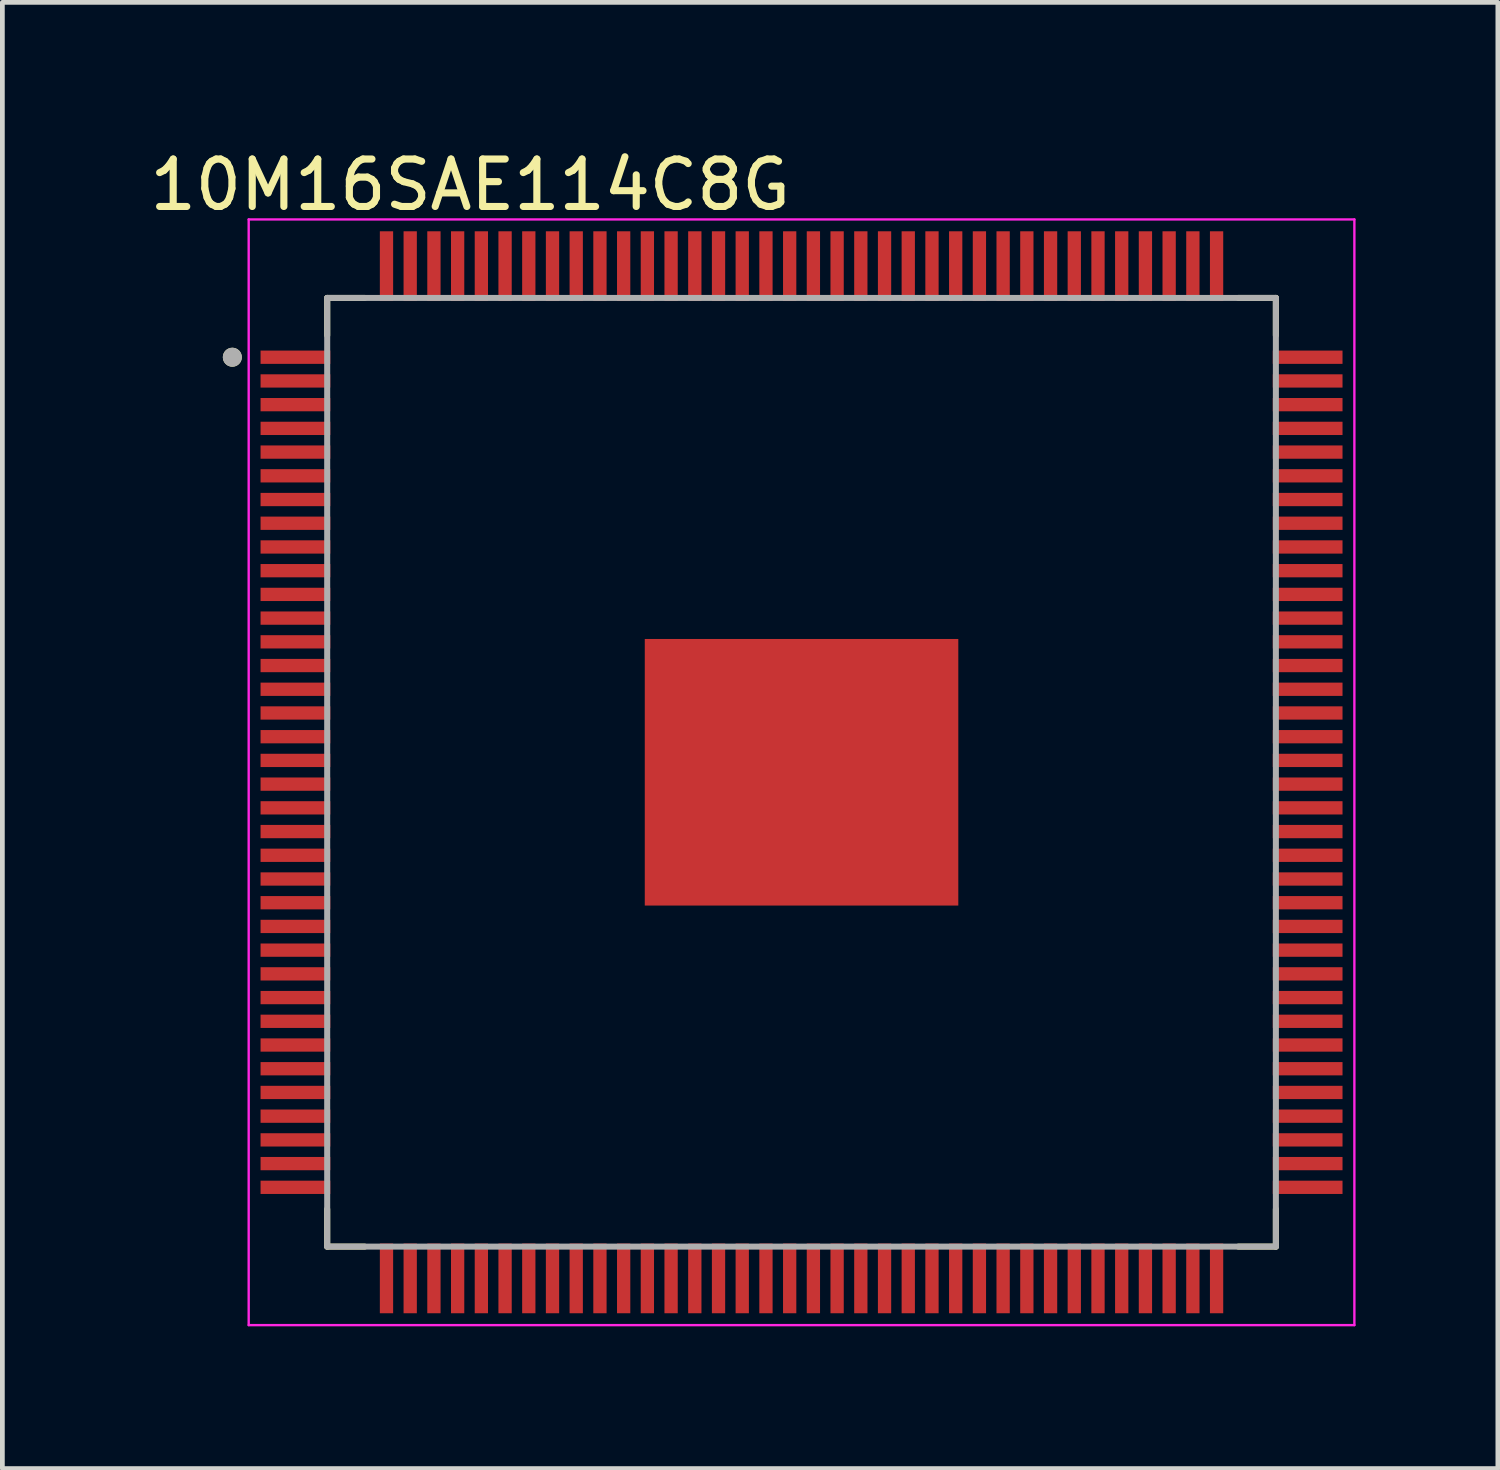
<source format=kicad_pcb>
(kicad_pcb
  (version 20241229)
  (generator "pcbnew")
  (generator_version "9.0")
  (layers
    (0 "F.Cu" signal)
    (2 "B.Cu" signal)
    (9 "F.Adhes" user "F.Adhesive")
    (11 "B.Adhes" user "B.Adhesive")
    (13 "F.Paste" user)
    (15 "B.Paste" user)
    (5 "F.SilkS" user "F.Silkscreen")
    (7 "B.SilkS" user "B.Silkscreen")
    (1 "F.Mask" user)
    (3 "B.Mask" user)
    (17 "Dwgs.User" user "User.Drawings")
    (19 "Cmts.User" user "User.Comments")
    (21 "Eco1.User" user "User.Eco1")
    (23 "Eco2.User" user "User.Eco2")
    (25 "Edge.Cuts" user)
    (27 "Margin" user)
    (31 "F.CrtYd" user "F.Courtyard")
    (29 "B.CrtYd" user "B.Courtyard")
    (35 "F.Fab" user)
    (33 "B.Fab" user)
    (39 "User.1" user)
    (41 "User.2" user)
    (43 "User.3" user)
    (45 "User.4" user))
  (footprint "10M16SAE114C8G"
    (layer "F.Cu")
    (at 13.848 13.231)
    (property "Reference" "10M16SAE114C8G" (at -6.985 -12.383 0) (layer "F.SilkS") (effects (font (size 1 1) (thickness 0.15))))
    (attr smd)
    (fp_line (start -10 -10) (end -10 -9.21) (stroke (width 0.127) (type solid)) (layer "F.SilkS"))
    (fp_line (start -10 -10) (end -9.21 -10) (stroke (width 0.127) (type solid)) (layer "F.SilkS"))
    (fp_line (start -10 10) (end -10 9.21) (stroke (width 0.127) (type solid)) (layer "F.SilkS"))
    (fp_line (start -10 10) (end -9.21 10) (stroke (width 0.127) (type solid)) (layer "F.SilkS"))
    (fp_line (start 10 -10) (end 9.21 -10) (stroke (width 0.127) (type solid)) (layer "F.SilkS"))
    (fp_line (start 10 -10) (end 10 -9.21) (stroke (width 0.127) (type solid)) (layer "F.SilkS"))
    (fp_line (start 10 10) (end 9.21 10) (stroke (width 0.127) (type solid)) (layer "F.SilkS"))
    (fp_line (start 10 10) (end 10 9.21) (stroke (width 0.127) (type solid)) (layer "F.SilkS"))
    (fp_circle (center -12 -8.75) (end -11.9 -8.75) (stroke (width 0.2) (type solid)) (fill no) (layer "F.SilkS"))
    (fp_poly (pts (xy -2.93 -2.255) (xy -1.47 -2.255) (xy -1.47 -0.555) (xy -2.93 -0.555)) (stroke (width 0.01) (type solid)) (fill yes) (layer "F.Paste"))
    (fp_poly (pts (xy -2.93 0.555) (xy -1.47 0.555) (xy -1.47 2.255) (xy -2.93 2.255)) (stroke (width 0.01) (type solid)) (fill yes) (layer "F.Paste"))
    (fp_poly (pts (xy -0.73 -2.255) (xy 0.73 -2.255) (xy 0.73 -0.555) (xy -0.73 -0.555)) (stroke (width 0.01) (type solid)) (fill yes) (layer "F.Paste"))
    (fp_poly (pts (xy -0.73 0.555) (xy 0.73 0.555) (xy 0.73 2.255) (xy -0.73 2.255)) (stroke (width 0.01) (type solid)) (fill yes) (layer "F.Paste"))
    (fp_poly (pts (xy 1.47 -2.255) (xy 2.93 -2.255) (xy 2.93 -0.555) (xy 1.47 -0.555)) (stroke (width 0.01) (type solid)) (fill yes) (layer "F.Paste"))
    (fp_poly (pts (xy 1.47 0.555) (xy 2.93 0.555) (xy 2.93 2.255) (xy 1.47 2.255)) (stroke (width 0.01) (type solid)) (fill yes) (layer "F.Paste"))
    (fp_line (start -11.655 -11.655) (end 11.655 -11.655) (stroke (width 0.05) (type solid)) (layer "F.CrtYd"))
    (fp_line (start -11.655 11.655) (end -11.655 -11.655) (stroke (width 0.05) (type solid)) (layer "F.CrtYd"))
    (fp_line (start -11.655 11.655) (end 11.655 11.655) (stroke (width 0.05) (type solid)) (layer "F.CrtYd"))
    (fp_line (start 11.655 11.655) (end 11.655 -11.655) (stroke (width 0.05) (type solid)) (layer "F.CrtYd"))
    (fp_line (start -10 10) (end -10 -10) (stroke (width 0.127) (type solid)) (layer "F.Fab"))
    (fp_line (start 10 -10) (end -10 -10) (stroke (width 0.127) (type solid)) (layer "F.Fab"))
    (fp_line (start 10 10) (end -10 10) (stroke (width 0.127) (type solid)) (layer "F.Fab"))
    (fp_line (start 10 10) (end 10 -10) (stroke (width 0.127) (type solid)) (layer "F.Fab"))
    (fp_circle (center -12 -8.75) (end -11.9 -8.75) (stroke (width 0.2) (type solid)) (fill no) (layer "F.Fab"))
    (pad "1" smd rect (at -10.67 -8.75) (size 1.47 0.28) (layers "F.Cu" "F.Mask" "F.Paste"))
    (pad "2" smd rect (at -10.67 -8.25) (size 1.47 0.28) (layers "F.Cu" "F.Mask" "F.Paste"))
    (pad "3" smd rect (at -10.67 -7.75) (size 1.47 0.28) (layers "F.Cu" "F.Mask" "F.Paste"))
    (pad "4" smd rect (at -10.67 -7.25) (size 1.47 0.28) (layers "F.Cu" "F.Mask" "F.Paste"))
    (pad "5" smd rect (at -10.67 -6.75) (size 1.47 0.28) (layers "F.Cu" "F.Mask" "F.Paste"))
    (pad "6" smd rect (at -10.67 -6.25) (size 1.47 0.28) (layers "F.Cu" "F.Mask" "F.Paste"))
    (pad "7" smd rect (at -10.67 -5.75) (size 1.47 0.28) (layers "F.Cu" "F.Mask" "F.Paste"))
    (pad "8" smd rect (at -10.67 -5.25) (size 1.47 0.28) (layers "F.Cu" "F.Mask" "F.Paste"))
    (pad "9" smd rect (at -10.67 -4.75) (size 1.47 0.28) (layers "F.Cu" "F.Mask" "F.Paste"))
    (pad "10" smd rect (at -10.67 -4.25) (size 1.47 0.28) (layers "F.Cu" "F.Mask" "F.Paste"))
    (pad "11" smd rect (at -10.67 -3.75) (size 1.47 0.28) (layers "F.Cu" "F.Mask" "F.Paste"))
    (pad "12" smd rect (at -10.67 -3.25) (size 1.47 0.28) (layers "F.Cu" "F.Mask" "F.Paste"))
    (pad "13" smd rect (at -10.67 -2.75) (size 1.47 0.28) (layers "F.Cu" "F.Mask" "F.Paste"))
    (pad "14" smd rect (at -10.67 -2.25) (size 1.47 0.28) (layers "F.Cu" "F.Mask" "F.Paste"))
    (pad "15" smd rect (at -10.67 -1.75) (size 1.47 0.28) (layers "F.Cu" "F.Mask" "F.Paste"))
    (pad "16" smd rect (at -10.67 -1.25) (size 1.47 0.28) (layers "F.Cu" "F.Mask" "F.Paste"))
    (pad "17" smd rect (at -10.67 -0.75) (size 1.47 0.28) (layers "F.Cu" "F.Mask" "F.Paste"))
    (pad "18" smd rect (at -10.67 -0.25) (size 1.47 0.28) (layers "F.Cu" "F.Mask" "F.Paste"))
    (pad "19" smd rect (at -10.67 0.25) (size 1.47 0.28) (layers "F.Cu" "F.Mask" "F.Paste"))
    (pad "20" smd rect (at -10.67 0.75) (size 1.47 0.28) (layers "F.Cu" "F.Mask" "F.Paste"))
    (pad "21" smd rect (at -10.67 1.25) (size 1.47 0.28) (layers "F.Cu" "F.Mask" "F.Paste"))
    (pad "22" smd rect (at -10.67 1.75) (size 1.47 0.28) (layers "F.Cu" "F.Mask" "F.Paste"))
    (pad "23" smd rect (at -10.67 2.25) (size 1.47 0.28) (layers "F.Cu" "F.Mask" "F.Paste"))
    (pad "24" smd rect (at -10.67 2.75) (size 1.47 0.28) (layers "F.Cu" "F.Mask" "F.Paste"))
    (pad "25" smd rect (at -10.67 3.25) (size 1.47 0.28) (layers "F.Cu" "F.Mask" "F.Paste"))
    (pad "26" smd rect (at -10.67 3.75) (size 1.47 0.28) (layers "F.Cu" "F.Mask" "F.Paste"))
    (pad "27" smd rect (at -10.67 4.25) (size 1.47 0.28) (layers "F.Cu" "F.Mask" "F.Paste"))
    (pad "28" smd rect (at -10.67 4.75) (size 1.47 0.28) (layers "F.Cu" "F.Mask" "F.Paste"))
    (pad "29" smd rect (at -10.67 5.25) (size 1.47 0.28) (layers "F.Cu" "F.Mask" "F.Paste"))
    (pad "30" smd rect (at -10.67 5.75) (size 1.47 0.28) (layers "F.Cu" "F.Mask" "F.Paste"))
    (pad "31" smd rect (at -10.67 6.25) (size 1.47 0.28) (layers "F.Cu" "F.Mask" "F.Paste"))
    (pad "32" smd rect (at -10.67 6.75) (size 1.47 0.28) (layers "F.Cu" "F.Mask" "F.Paste"))
    (pad "33" smd rect (at -10.67 7.25) (size 1.47 0.28) (layers "F.Cu" "F.Mask" "F.Paste"))
    (pad "34" smd rect (at -10.67 7.75) (size 1.47 0.28) (layers "F.Cu" "F.Mask" "F.Paste"))
    (pad "35" smd rect (at -10.67 8.25) (size 1.47 0.28) (layers "F.Cu" "F.Mask" "F.Paste"))
    (pad "36" smd rect (at -10.67 8.75) (size 1.47 0.28) (layers "F.Cu" "F.Mask" "F.Paste"))
    (pad "37" smd rect (at -8.75 10.67) (size 0.28 1.47) (layers "F.Cu" "F.Mask" "F.Paste"))
    (pad "38" smd rect (at -8.25 10.67) (size 0.28 1.47) (layers "F.Cu" "F.Mask" "F.Paste"))
    (pad "39" smd rect (at -7.75 10.67) (size 0.28 1.47) (layers "F.Cu" "F.Mask" "F.Paste"))
    (pad "40" smd rect (at -7.25 10.67) (size 0.28 1.47) (layers "F.Cu" "F.Mask" "F.Paste"))
    (pad "41" smd rect (at -6.75 10.67) (size 0.28 1.47) (layers "F.Cu" "F.Mask" "F.Paste"))
    (pad "42" smd rect (at -6.25 10.67) (size 0.28 1.47) (layers "F.Cu" "F.Mask" "F.Paste"))
    (pad "43" smd rect (at -5.75 10.67) (size 0.28 1.47) (layers "F.Cu" "F.Mask" "F.Paste"))
    (pad "44" smd rect (at -5.25 10.67) (size 0.28 1.47) (layers "F.Cu" "F.Mask" "F.Paste"))
    (pad "45" smd rect (at -4.75 10.67) (size 0.28 1.47) (layers "F.Cu" "F.Mask" "F.Paste"))
    (pad "46" smd rect (at -4.25 10.67) (size 0.28 1.47) (layers "F.Cu" "F.Mask" "F.Paste"))
    (pad "47" smd rect (at -3.75 10.67) (size 0.28 1.47) (layers "F.Cu" "F.Mask" "F.Paste"))
    (pad "48" smd rect (at -3.25 10.67) (size 0.28 1.47) (layers "F.Cu" "F.Mask" "F.Paste"))
    (pad "49" smd rect (at -2.75 10.67) (size 0.28 1.47) (layers "F.Cu" "F.Mask" "F.Paste"))
    (pad "50" smd rect (at -2.25 10.67) (size 0.28 1.47) (layers "F.Cu" "F.Mask" "F.Paste"))
    (pad "51" smd rect (at -1.75 10.67) (size 0.28 1.47) (layers "F.Cu" "F.Mask" "F.Paste"))
    (pad "52" smd rect (at -1.25 10.67) (size 0.28 1.47) (layers "F.Cu" "F.Mask" "F.Paste"))
    (pad "53" smd rect (at -0.75 10.67) (size 0.28 1.47) (layers "F.Cu" "F.Mask" "F.Paste"))
    (pad "54" smd rect (at -0.25 10.67) (size 0.28 1.47) (layers "F.Cu" "F.Mask" "F.Paste"))
    (pad "55" smd rect (at 0.25 10.67) (size 0.28 1.47) (layers "F.Cu" "F.Mask" "F.Paste"))
    (pad "56" smd rect (at 0.75 10.67) (size 0.28 1.47) (layers "F.Cu" "F.Mask" "F.Paste"))
    (pad "57" smd rect (at 1.25 10.67) (size 0.28 1.47) (layers "F.Cu" "F.Mask" "F.Paste"))
    (pad "58" smd rect (at 1.75 10.67) (size 0.28 1.47) (layers "F.Cu" "F.Mask" "F.Paste"))
    (pad "59" smd rect (at 2.25 10.67) (size 0.28 1.47) (layers "F.Cu" "F.Mask" "F.Paste"))
    (pad "60" smd rect (at 2.75 10.67) (size 0.28 1.47) (layers "F.Cu" "F.Mask" "F.Paste"))
    (pad "61" smd rect (at 3.25 10.67) (size 0.28 1.47) (layers "F.Cu" "F.Mask" "F.Paste"))
    (pad "62" smd rect (at 3.75 10.67) (size 0.28 1.47) (layers "F.Cu" "F.Mask" "F.Paste"))
    (pad "63" smd rect (at 4.25 10.67) (size 0.28 1.47) (layers "F.Cu" "F.Mask" "F.Paste"))
    (pad "64" smd rect (at 4.75 10.67) (size 0.28 1.47) (layers "F.Cu" "F.Mask" "F.Paste"))
    (pad "65" smd rect (at 5.25 10.67) (size 0.28 1.47) (layers "F.Cu" "F.Mask" "F.Paste"))
    (pad "66" smd rect (at 5.75 10.67) (size 0.28 1.47) (layers "F.Cu" "F.Mask" "F.Paste"))
    (pad "67" smd rect (at 6.25 10.67) (size 0.28 1.47) (layers "F.Cu" "F.Mask" "F.Paste"))
    (pad "68" smd rect (at 6.75 10.67) (size 0.28 1.47) (layers "F.Cu" "F.Mask" "F.Paste"))
    (pad "69" smd rect (at 7.25 10.67) (size 0.28 1.47) (layers "F.Cu" "F.Mask" "F.Paste"))
    (pad "70" smd rect (at 7.75 10.67) (size 0.28 1.47) (layers "F.Cu" "F.Mask" "F.Paste"))
    (pad "71" smd rect (at 8.25 10.67) (size 0.28 1.47) (layers "F.Cu" "F.Mask" "F.Paste"))
    (pad "72" smd rect (at 8.75 10.67) (size 0.28 1.47) (layers "F.Cu" "F.Mask" "F.Paste"))
    (pad "73" smd rect (at 10.67 8.75) (size 1.47 0.28) (layers "F.Cu" "F.Mask" "F.Paste"))
    (pad "74" smd rect (at 10.67 8.25) (size 1.47 0.28) (layers "F.Cu" "F.Mask" "F.Paste"))
    (pad "75" smd rect (at 10.67 7.75) (size 1.47 0.28) (layers "F.Cu" "F.Mask" "F.Paste"))
    (pad "76" smd rect (at 10.67 7.25) (size 1.47 0.28) (layers "F.Cu" "F.Mask" "F.Paste"))
    (pad "77" smd rect (at 10.67 6.75) (size 1.47 0.28) (layers "F.Cu" "F.Mask" "F.Paste"))
    (pad "78" smd rect (at 10.67 6.25) (size 1.47 0.28) (layers "F.Cu" "F.Mask" "F.Paste"))
    (pad "79" smd rect (at 10.67 5.75) (size 1.47 0.28) (layers "F.Cu" "F.Mask" "F.Paste"))
    (pad "80" smd rect (at 10.67 5.25) (size 1.47 0.28) (layers "F.Cu" "F.Mask" "F.Paste"))
    (pad "81" smd rect (at 10.67 4.75) (size 1.47 0.28) (layers "F.Cu" "F.Mask" "F.Paste"))
    (pad "82" smd rect (at 10.67 4.25) (size 1.47 0.28) (layers "F.Cu" "F.Mask" "F.Paste"))
    (pad "83" smd rect (at 10.67 3.75) (size 1.47 0.28) (layers "F.Cu" "F.Mask" "F.Paste"))
    (pad "84" smd rect (at 10.67 3.25) (size 1.47 0.28) (layers "F.Cu" "F.Mask" "F.Paste"))
    (pad "85" smd rect (at 10.67 2.75) (size 1.47 0.28) (layers "F.Cu" "F.Mask" "F.Paste"))
    (pad "86" smd rect (at 10.67 2.25) (size 1.47 0.28) (layers "F.Cu" "F.Mask" "F.Paste"))
    (pad "87" smd rect (at 10.67 1.75) (size 1.47 0.28) (layers "F.Cu" "F.Mask" "F.Paste"))
    (pad "88" smd rect (at 10.67 1.25) (size 1.47 0.28) (layers "F.Cu" "F.Mask" "F.Paste"))
    (pad "89" smd rect (at 10.67 0.75) (size 1.47 0.28) (layers "F.Cu" "F.Mask" "F.Paste"))
    (pad "90" smd rect (at 10.67 0.25) (size 1.47 0.28) (layers "F.Cu" "F.Mask" "F.Paste"))
    (pad "91" smd rect (at 10.67 -0.25) (size 1.47 0.28) (layers "F.Cu" "F.Mask" "F.Paste"))
    (pad "92" smd rect (at 10.67 -0.75) (size 1.47 0.28) (layers "F.Cu" "F.Mask" "F.Paste"))
    (pad "93" smd rect (at 10.67 -1.25) (size 1.47 0.28) (layers "F.Cu" "F.Mask" "F.Paste"))
    (pad "94" smd rect (at 10.67 -1.75) (size 1.47 0.28) (layers "F.Cu" "F.Mask" "F.Paste"))
    (pad "95" smd rect (at 10.67 -2.25) (size 1.47 0.28) (layers "F.Cu" "F.Mask" "F.Paste"))
    (pad "96" smd rect (at 10.67 -2.75) (size 1.47 0.28) (layers "F.Cu" "F.Mask" "F.Paste"))
    (pad "97" smd rect (at 10.67 -3.25) (size 1.47 0.28) (layers "F.Cu" "F.Mask" "F.Paste"))
    (pad "98" smd rect (at 10.67 -3.75) (size 1.47 0.28) (layers "F.Cu" "F.Mask" "F.Paste"))
    (pad "99" smd rect (at 10.67 -4.25) (size 1.47 0.28) (layers "F.Cu" "F.Mask" "F.Paste"))
    (pad "100" smd rect (at 10.67 -4.75) (size 1.47 0.28) (layers "F.Cu" "F.Mask" "F.Paste"))
    (pad "101" smd rect (at 10.67 -5.25) (size 1.47 0.28) (layers "F.Cu" "F.Mask" "F.Paste"))
    (pad "102" smd rect (at 10.67 -5.75) (size 1.47 0.28) (layers "F.Cu" "F.Mask" "F.Paste"))
    (pad "103" smd rect (at 10.67 -6.25) (size 1.47 0.28) (layers "F.Cu" "F.Mask" "F.Paste"))
    (pad "104" smd rect (at 10.67 -6.75) (size 1.47 0.28) (layers "F.Cu" "F.Mask" "F.Paste"))
    (pad "105" smd rect (at 10.67 -7.25) (size 1.47 0.28) (layers "F.Cu" "F.Mask" "F.Paste"))
    (pad "106" smd rect (at 10.67 -7.75) (size 1.47 0.28) (layers "F.Cu" "F.Mask" "F.Paste"))
    (pad "107" smd rect (at 10.67 -8.25) (size 1.47 0.28) (layers "F.Cu" "F.Mask" "F.Paste"))
    (pad "108" smd rect (at 10.67 -8.75) (size 1.47 0.28) (layers "F.Cu" "F.Mask" "F.Paste"))
    (pad "109" smd rect (at 8.75 -10.67) (size 0.28 1.47) (layers "F.Cu" "F.Mask" "F.Paste"))
    (pad "110" smd rect (at 8.25 -10.67) (size 0.28 1.47) (layers "F.Cu" "F.Mask" "F.Paste"))
    (pad "111" smd rect (at 7.75 -10.67) (size 0.28 1.47) (layers "F.Cu" "F.Mask" "F.Paste"))
    (pad "112" smd rect (at 7.25 -10.67) (size 0.28 1.47) (layers "F.Cu" "F.Mask" "F.Paste"))
    (pad "113" smd rect (at 6.75 -10.67) (size 0.28 1.47) (layers "F.Cu" "F.Mask" "F.Paste"))
    (pad "114" smd rect (at 6.25 -10.67) (size 0.28 1.47) (layers "F.Cu" "F.Mask" "F.Paste"))
    (pad "115" smd rect (at 5.75 -10.67) (size 0.28 1.47) (layers "F.Cu" "F.Mask" "F.Paste"))
    (pad "116" smd rect (at 5.25 -10.67) (size 0.28 1.47) (layers "F.Cu" "F.Mask" "F.Paste"))
    (pad "117" smd rect (at 4.75 -10.67) (size 0.28 1.47) (layers "F.Cu" "F.Mask" "F.Paste"))
    (pad "118" smd rect (at 4.25 -10.67) (size 0.28 1.47) (layers "F.Cu" "F.Mask" "F.Paste"))
    (pad "119" smd rect (at 3.75 -10.67) (size 0.28 1.47) (layers "F.Cu" "F.Mask" "F.Paste"))
    (pad "120" smd rect (at 3.25 -10.67) (size 0.28 1.47) (layers "F.Cu" "F.Mask" "F.Paste"))
    (pad "121" smd rect (at 2.75 -10.67) (size 0.28 1.47) (layers "F.Cu" "F.Mask" "F.Paste"))
    (pad "122" smd rect (at 2.25 -10.67) (size 0.28 1.47) (layers "F.Cu" "F.Mask" "F.Paste"))
    (pad "123" smd rect (at 1.75 -10.67) (size 0.28 1.47) (layers "F.Cu" "F.Mask" "F.Paste"))
    (pad "124" smd rect (at 1.25 -10.67) (size 0.28 1.47) (layers "F.Cu" "F.Mask" "F.Paste"))
    (pad "125" smd rect (at 0.75 -10.67) (size 0.28 1.47) (layers "F.Cu" "F.Mask" "F.Paste"))
    (pad "126" smd rect (at 0.25 -10.67) (size 0.28 1.47) (layers "F.Cu" "F.Mask" "F.Paste"))
    (pad "127" smd rect (at -0.25 -10.67) (size 0.28 1.47) (layers "F.Cu" "F.Mask" "F.Paste"))
    (pad "128" smd rect (at -0.75 -10.67) (size 0.28 1.47) (layers "F.Cu" "F.Mask" "F.Paste"))
    (pad "129" smd rect (at -1.25 -10.67) (size 0.28 1.47) (layers "F.Cu" "F.Mask" "F.Paste"))
    (pad "130" smd rect (at -1.75 -10.67) (size 0.28 1.47) (layers "F.Cu" "F.Mask" "F.Paste"))
    (pad "131" smd rect (at -2.25 -10.67) (size 0.28 1.47) (layers "F.Cu" "F.Mask" "F.Paste"))
    (pad "132" smd rect (at -2.75 -10.67) (size 0.28 1.47) (layers "F.Cu" "F.Mask" "F.Paste"))
    (pad "133" smd rect (at -3.25 -10.67) (size 0.28 1.47) (layers "F.Cu" "F.Mask" "F.Paste"))
    (pad "134" smd rect (at -3.75 -10.67) (size 0.28 1.47) (layers "F.Cu" "F.Mask" "F.Paste"))
    (pad "135" smd rect (at -4.25 -10.67) (size 0.28 1.47) (layers "F.Cu" "F.Mask" "F.Paste"))
    (pad "136" smd rect (at -4.75 -10.67) (size 0.28 1.47) (layers "F.Cu" "F.Mask" "F.Paste"))
    (pad "137" smd rect (at -5.25 -10.67) (size 0.28 1.47) (layers "F.Cu" "F.Mask" "F.Paste"))
    (pad "138" smd rect (at -5.75 -10.67) (size 0.28 1.47) (layers "F.Cu" "F.Mask" "F.Paste"))
    (pad "139" smd rect (at -6.25 -10.67) (size 0.28 1.47) (layers "F.Cu" "F.Mask" "F.Paste"))
    (pad "140" smd rect (at -6.75 -10.67) (size 0.28 1.47) (layers "F.Cu" "F.Mask" "F.Paste"))
    (pad "141" smd rect (at -7.25 -10.67) (size 0.28 1.47) (layers "F.Cu" "F.Mask" "F.Paste"))
    (pad "142" smd rect (at -7.75 -10.67) (size 0.28 1.47) (layers "F.Cu" "F.Mask" "F.Paste"))
    (pad "143" smd rect (at -8.25 -10.67) (size 0.28 1.47) (layers "F.Cu" "F.Mask" "F.Paste"))
    (pad "144" smd rect (at -8.75 -10.67) (size 0.28 1.47) (layers "F.Cu" "F.Mask" "F.Paste"))
    (pad "145" smd rect (at 0 0) (size 6.61 5.62) (layers "F.Cu" "F.Mask")))
  (gr_rect
    (start -3 -3)
    (end 28.528 27.911)
    (stroke (width 0.1) (type default))
    (fill no)
    (layer "Edge.Cuts")))
</source>
